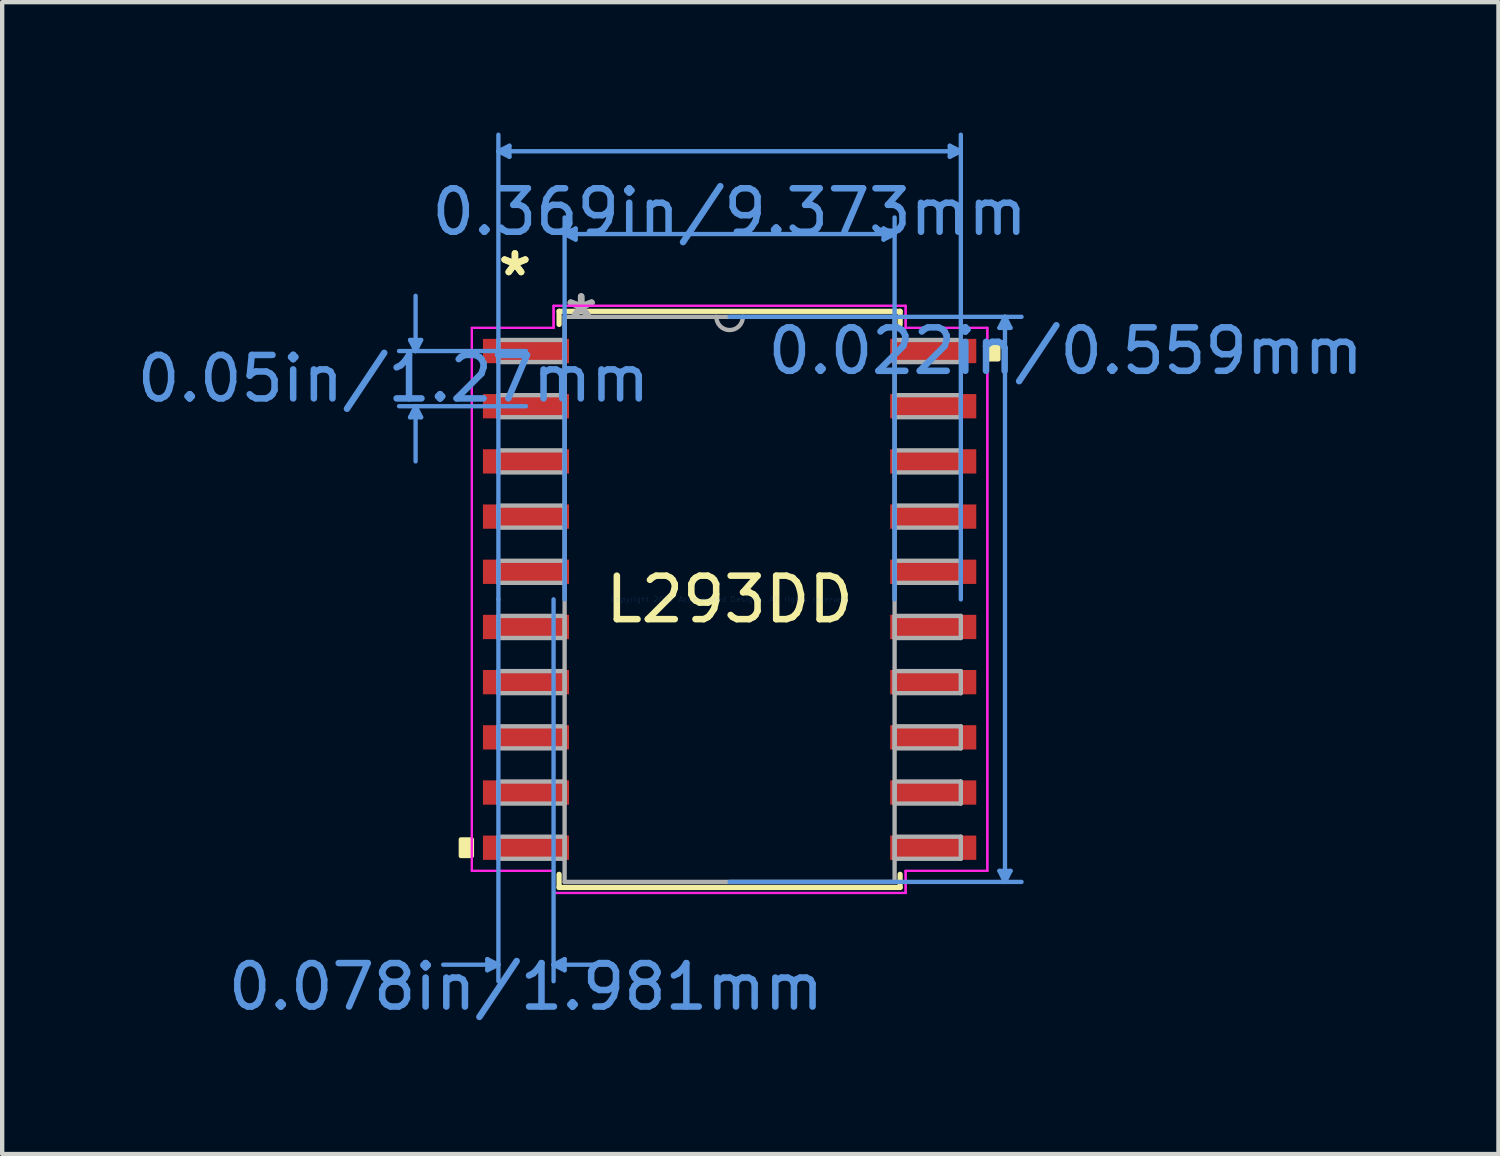
<source format=kicad_pcb>
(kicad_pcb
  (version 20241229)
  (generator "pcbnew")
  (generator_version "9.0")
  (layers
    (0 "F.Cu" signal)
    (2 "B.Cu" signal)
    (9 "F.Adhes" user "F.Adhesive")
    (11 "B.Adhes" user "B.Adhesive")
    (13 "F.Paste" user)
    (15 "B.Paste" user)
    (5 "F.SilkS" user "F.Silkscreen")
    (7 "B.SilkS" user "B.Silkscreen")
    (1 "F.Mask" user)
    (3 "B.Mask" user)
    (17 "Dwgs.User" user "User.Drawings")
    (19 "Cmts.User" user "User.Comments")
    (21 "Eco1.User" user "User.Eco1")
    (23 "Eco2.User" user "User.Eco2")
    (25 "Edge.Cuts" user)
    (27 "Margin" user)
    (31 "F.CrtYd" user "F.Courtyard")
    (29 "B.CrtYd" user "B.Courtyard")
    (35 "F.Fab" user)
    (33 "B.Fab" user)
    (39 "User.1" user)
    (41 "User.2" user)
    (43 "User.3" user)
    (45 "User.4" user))
  (footprint "L293DD"
    (layer "F.Cu")
    (at 13.74 10.743)
    (property "Reference" "L293DD" (at 0 0 0) (layer "F.SilkS") (effects (font (size 1 1) (thickness 0.15))))
    (attr through_hole)
    (fp_line (start -3.924 -6.629) (end -3.924 -6.327) (stroke (width 0.12) (type solid)) (layer "F.SilkS"))
    (fp_line (start -3.924 6.327) (end -3.924 6.629) (stroke (width 0.12) (type solid)) (layer "F.SilkS"))
    (fp_line (start -3.924 6.629) (end 3.924 6.629) (stroke (width 0.12) (type solid)) (layer "F.SilkS"))
    (fp_line (start 3.924 -6.629) (end -3.924 -6.629) (stroke (width 0.12) (type solid)) (layer "F.SilkS"))
    (fp_line (start 3.924 -6.327) (end 3.924 -6.629) (stroke (width 0.12) (type solid)) (layer "F.SilkS"))
    (fp_line (start 3.924 6.629) (end 3.924 6.327) (stroke (width 0.12) (type solid)) (layer "F.SilkS"))
    (fp_poly (pts (xy -6.185 5.524) (xy -6.185 5.905) (xy -5.931 5.905) (xy -5.931 5.524)) (stroke (width 0.1) (type solid)) (fill yes) (layer "F.SilkS"))
    (fp_poly (pts (xy 6.185 -5.905) (xy 6.185 -5.524) (xy 5.931 -5.524) (xy 5.931 -5.905)) (stroke (width 0.1) (type solid)) (fill yes) (layer "F.SilkS"))
    (fp_line (start -7.353 -5.969) (end -7.099 -5.969) (stroke (width 0.1) (type solid)) (layer "Cmts.User"))
    (fp_line (start -7.353 -4.191) (end -7.099 -4.191) (stroke (width 0.1) (type solid)) (layer "Cmts.User"))
    (fp_line (start -7.226 -5.715) (end -7.353 -5.969) (stroke (width 0.1) (type solid)) (layer "Cmts.User"))
    (fp_line (start -7.226 -5.715) (end -7.226 -6.985) (stroke (width 0.1) (type solid)) (layer "Cmts.User"))
    (fp_line (start -7.226 -5.715) (end -7.099 -5.969) (stroke (width 0.1) (type solid)) (layer "Cmts.User"))
    (fp_line (start -7.226 -4.445) (end -7.353 -4.191) (stroke (width 0.1) (type solid)) (layer "Cmts.User"))
    (fp_line (start -7.226 -4.445) (end -7.226 -3.175) (stroke (width 0.1) (type solid)) (layer "Cmts.User"))
    (fp_line (start -7.226 -4.445) (end -7.099 -4.191) (stroke (width 0.1) (type solid)) (layer "Cmts.User"))
    (fp_line (start -5.575 8.28) (end -5.575 8.534) (stroke (width 0.1) (type solid)) (layer "Cmts.User"))
    (fp_line (start -5.321 -10.312) (end -5.067 -10.439) (stroke (width 0.1) (type solid)) (layer "Cmts.User"))
    (fp_line (start -5.321 -10.312) (end -5.067 -10.185) (stroke (width 0.1) (type solid)) (layer "Cmts.User"))
    (fp_line (start -5.321 -10.312) (end 5.321 -10.312) (stroke (width 0.1) (type solid)) (layer "Cmts.User"))
    (fp_line (start -5.321 0) (end -5.321 -10.693) (stroke (width 0.1) (type solid)) (layer "Cmts.User"))
    (fp_line (start -5.321 0) (end -5.321 8.788) (stroke (width 0.1) (type solid)) (layer "Cmts.User"))
    (fp_line (start -5.321 8.407) (end -6.591 8.407) (stroke (width 0.1) (type solid)) (layer "Cmts.User"))
    (fp_line (start -5.321 8.407) (end -5.575 8.28) (stroke (width 0.1) (type solid)) (layer "Cmts.User"))
    (fp_line (start -5.321 8.407) (end -5.575 8.534) (stroke (width 0.1) (type solid)) (layer "Cmts.User"))
    (fp_line (start -5.067 -10.439) (end -5.067 -10.185) (stroke (width 0.1) (type solid)) (layer "Cmts.User"))
    (fp_line (start -4.686 -5.715) (end -7.607 -5.715) (stroke (width 0.1) (type solid)) (layer "Cmts.User"))
    (fp_line (start -4.686 -4.445) (end -7.607 -4.445) (stroke (width 0.1) (type solid)) (layer "Cmts.User"))
    (fp_line (start -4.051 0) (end -4.051 8.788) (stroke (width 0.1) (type solid)) (layer "Cmts.User"))
    (fp_line (start -4.051 8.407) (end -3.797 8.28) (stroke (width 0.1) (type solid)) (layer "Cmts.User"))
    (fp_line (start -4.051 8.407) (end -3.797 8.534) (stroke (width 0.1) (type solid)) (layer "Cmts.User"))
    (fp_line (start -4.051 8.407) (end -2.781 8.407) (stroke (width 0.1) (type solid)) (layer "Cmts.User"))
    (fp_line (start -3.797 -8.407) (end -3.543 -8.534) (stroke (width 0.1) (type solid)) (layer "Cmts.User"))
    (fp_line (start -3.797 -8.407) (end -3.543 -8.28) (stroke (width 0.1) (type solid)) (layer "Cmts.User"))
    (fp_line (start -3.797 -8.407) (end 3.797 -8.407) (stroke (width 0.1) (type solid)) (layer "Cmts.User"))
    (fp_line (start -3.797 0) (end -3.797 -8.788) (stroke (width 0.1) (type solid)) (layer "Cmts.User"))
    (fp_line (start -3.797 8.28) (end -3.797 8.534) (stroke (width 0.1) (type solid)) (layer "Cmts.User"))
    (fp_line (start -3.543 -8.534) (end -3.543 -8.28) (stroke (width 0.1) (type solid)) (layer "Cmts.User"))
    (fp_line (start 0 -6.502) (end 6.718 -6.502) (stroke (width 0.1) (type solid)) (layer "Cmts.User"))
    (fp_line (start 0 6.502) (end 6.718 6.502) (stroke (width 0.1) (type solid)) (layer "Cmts.User"))
    (fp_line (start 3.543 -8.534) (end 3.543 -8.28) (stroke (width 0.1) (type solid)) (layer "Cmts.User"))
    (fp_line (start 3.797 -8.407) (end 3.543 -8.534) (stroke (width 0.1) (type solid)) (layer "Cmts.User"))
    (fp_line (start 3.797 -8.407) (end 3.543 -8.28) (stroke (width 0.1) (type solid)) (layer "Cmts.User"))
    (fp_line (start 3.797 0) (end 3.797 -8.788) (stroke (width 0.1) (type solid)) (layer "Cmts.User"))
    (fp_line (start 5.067 -10.439) (end 5.067 -10.185) (stroke (width 0.1) (type solid)) (layer "Cmts.User"))
    (fp_line (start 5.321 -10.312) (end 5.067 -10.439) (stroke (width 0.1) (type solid)) (layer "Cmts.User"))
    (fp_line (start 5.321 -10.312) (end 5.067 -10.185) (stroke (width 0.1) (type solid)) (layer "Cmts.User"))
    (fp_line (start 5.321 0) (end 5.321 -10.693) (stroke (width 0.1) (type solid)) (layer "Cmts.User"))
    (fp_line (start 6.21 -6.248) (end 6.464 -6.248) (stroke (width 0.1) (type solid)) (layer "Cmts.User"))
    (fp_line (start 6.21 6.248) (end 6.464 6.248) (stroke (width 0.1) (type solid)) (layer "Cmts.User"))
    (fp_line (start 6.337 -6.502) (end 6.21 -6.248) (stroke (width 0.1) (type solid)) (layer "Cmts.User"))
    (fp_line (start 6.337 -6.502) (end 6.337 6.502) (stroke (width 0.1) (type solid)) (layer "Cmts.User"))
    (fp_line (start 6.337 -6.502) (end 6.464 -6.248) (stroke (width 0.1) (type solid)) (layer "Cmts.User"))
    (fp_line (start 6.337 6.502) (end 6.21 6.248) (stroke (width 0.1) (type solid)) (layer "Cmts.User"))
    (fp_line (start 6.337 6.502) (end 6.464 6.248) (stroke (width 0.1) (type solid)) (layer "Cmts.User"))
    (fp_line (start -5.931 -6.248) (end -4.051 -6.248) (stroke (width 0.05) (type solid)) (layer "F.CrtYd"))
    (fp_line (start -5.931 -6.248) (end -4.051 -6.248) (stroke (width 0.05) (type solid)) (layer "F.CrtYd"))
    (fp_line (start -5.931 6.248) (end -5.931 -6.248) (stroke (width 0.05) (type solid)) (layer "F.CrtYd"))
    (fp_line (start -5.931 6.248) (end -5.931 -6.248) (stroke (width 0.05) (type solid)) (layer "F.CrtYd"))
    (fp_line (start -5.931 6.248) (end -4.051 6.248) (stroke (width 0.05) (type solid)) (layer "F.CrtYd"))
    (fp_line (start -4.051 -6.756) (end 4.051 -6.756) (stroke (width 0.05) (type solid)) (layer "F.CrtYd"))
    (fp_line (start -4.051 -6.756) (end 4.051 -6.756) (stroke (width 0.05) (type solid)) (layer "F.CrtYd"))
    (fp_line (start -4.051 -6.248) (end -4.051 -6.756) (stroke (width 0.05) (type solid)) (layer "F.CrtYd"))
    (fp_line (start -4.051 -6.248) (end -4.051 -6.756) (stroke (width 0.05) (type solid)) (layer "F.CrtYd"))
    (fp_line (start -4.051 6.248) (end -5.931 6.248) (stroke (width 0.05) (type solid)) (layer "F.CrtYd"))
    (fp_line (start -4.051 6.756) (end -4.051 6.248) (stroke (width 0.05) (type solid)) (layer "F.CrtYd"))
    (fp_line (start -4.051 6.756) (end -4.051 6.248) (stroke (width 0.05) (type solid)) (layer "F.CrtYd"))
    (fp_line (start 4.051 -6.756) (end 4.051 -6.248) (stroke (width 0.05) (type solid)) (layer "F.CrtYd"))
    (fp_line (start 4.051 -6.756) (end 4.051 -6.248) (stroke (width 0.05) (type solid)) (layer "F.CrtYd"))
    (fp_line (start 4.051 -6.248) (end 5.931 -6.248) (stroke (width 0.05) (type solid)) (layer "F.CrtYd"))
    (fp_line (start 4.051 6.248) (end 4.051 6.756) (stroke (width 0.05) (type solid)) (layer "F.CrtYd"))
    (fp_line (start 4.051 6.248) (end 4.051 6.756) (stroke (width 0.05) (type solid)) (layer "F.CrtYd"))
    (fp_line (start 4.051 6.756) (end -4.051 6.756) (stroke (width 0.05) (type solid)) (layer "F.CrtYd"))
    (fp_line (start 4.051 6.756) (end -4.051 6.756) (stroke (width 0.05) (type solid)) (layer "F.CrtYd"))
    (fp_line (start 5.931 -6.248) (end 4.051 -6.248) (stroke (width 0.05) (type solid)) (layer "F.CrtYd"))
    (fp_line (start 5.931 -6.248) (end 5.931 6.248) (stroke (width 0.05) (type solid)) (layer "F.CrtYd"))
    (fp_line (start 5.931 -6.248) (end 5.931 6.248) (stroke (width 0.05) (type solid)) (layer "F.CrtYd"))
    (fp_line (start 5.931 6.248) (end 4.051 6.248) (stroke (width 0.05) (type solid)) (layer "F.CrtYd"))
    (fp_line (start 5.931 6.248) (end 4.051 6.248) (stroke (width 0.05) (type solid)) (layer "F.CrtYd"))
    (fp_line (start -5.321 -5.969) (end -5.321 -5.461) (stroke (width 0.1) (type solid)) (layer "F.Fab"))
    (fp_line (start -5.321 -5.461) (end -3.797 -5.461) (stroke (width 0.1) (type solid)) (layer "F.Fab"))
    (fp_line (start -5.321 -4.699) (end -5.321 -4.191) (stroke (width 0.1) (type solid)) (layer "F.Fab"))
    (fp_line (start -5.321 -4.191) (end -3.797 -4.191) (stroke (width 0.1) (type solid)) (layer "F.Fab"))
    (fp_line (start -5.321 -3.429) (end -5.321 -2.921) (stroke (width 0.1) (type solid)) (layer "F.Fab"))
    (fp_line (start -5.321 -2.921) (end -3.797 -2.921) (stroke (width 0.1) (type solid)) (layer "F.Fab"))
    (fp_line (start -5.321 -2.159) (end -5.321 -1.651) (stroke (width 0.1) (type solid)) (layer "F.Fab"))
    (fp_line (start -5.321 -1.651) (end -3.797 -1.651) (stroke (width 0.1) (type solid)) (layer "F.Fab"))
    (fp_line (start -5.321 -0.889) (end -5.321 -0.381) (stroke (width 0.1) (type solid)) (layer "F.Fab"))
    (fp_line (start -5.321 -0.381) (end -3.797 -0.381) (stroke (width 0.1) (type solid)) (layer "F.Fab"))
    (fp_line (start -5.321 0.381) (end -5.321 0.889) (stroke (width 0.1) (type solid)) (layer "F.Fab"))
    (fp_line (start -5.321 0.889) (end -3.797 0.889) (stroke (width 0.1) (type solid)) (layer "F.Fab"))
    (fp_line (start -5.321 1.651) (end -5.321 2.159) (stroke (width 0.1) (type solid)) (layer "F.Fab"))
    (fp_line (start -5.321 2.159) (end -3.797 2.159) (stroke (width 0.1) (type solid)) (layer "F.Fab"))
    (fp_line (start -5.321 2.921) (end -5.321 3.429) (stroke (width 0.1) (type solid)) (layer "F.Fab"))
    (fp_line (start -5.321 3.429) (end -3.797 3.429) (stroke (width 0.1) (type solid)) (layer "F.Fab"))
    (fp_line (start -5.321 4.191) (end -5.321 4.699) (stroke (width 0.1) (type solid)) (layer "F.Fab"))
    (fp_line (start -5.321 4.699) (end -3.797 4.699) (stroke (width 0.1) (type solid)) (layer "F.Fab"))
    (fp_line (start -5.321 5.461) (end -5.321 5.969) (stroke (width 0.1) (type solid)) (layer "F.Fab"))
    (fp_line (start -5.321 5.969) (end -3.797 5.969) (stroke (width 0.1) (type solid)) (layer "F.Fab"))
    (fp_line (start -3.797 -6.502) (end -3.797 6.502) (stroke (width 0.1) (type solid)) (layer "F.Fab"))
    (fp_line (start -3.797 -5.969) (end -5.321 -5.969) (stroke (width 0.1) (type solid)) (layer "F.Fab"))
    (fp_line (start -3.797 -5.461) (end -3.797 -5.969) (stroke (width 0.1) (type solid)) (layer "F.Fab"))
    (fp_line (start -3.797 -4.699) (end -5.321 -4.699) (stroke (width 0.1) (type solid)) (layer "F.Fab"))
    (fp_line (start -3.797 -4.191) (end -3.797 -4.699) (stroke (width 0.1) (type solid)) (layer "F.Fab"))
    (fp_line (start -3.797 -3.429) (end -5.321 -3.429) (stroke (width 0.1) (type solid)) (layer "F.Fab"))
    (fp_line (start -3.797 -2.921) (end -3.797 -3.429) (stroke (width 0.1) (type solid)) (layer "F.Fab"))
    (fp_line (start -3.797 -2.159) (end -5.321 -2.159) (stroke (width 0.1) (type solid)) (layer "F.Fab"))
    (fp_line (start -3.797 -1.651) (end -3.797 -2.159) (stroke (width 0.1) (type solid)) (layer "F.Fab"))
    (fp_line (start -3.797 -0.889) (end -5.321 -0.889) (stroke (width 0.1) (type solid)) (layer "F.Fab"))
    (fp_line (start -3.797 -0.381) (end -3.797 -0.889) (stroke (width 0.1) (type solid)) (layer "F.Fab"))
    (fp_line (start -3.797 0.381) (end -5.321 0.381) (stroke (width 0.1) (type solid)) (layer "F.Fab"))
    (fp_line (start -3.797 0.889) (end -3.797 0.381) (stroke (width 0.1) (type solid)) (layer "F.Fab"))
    (fp_line (start -3.797 1.651) (end -5.321 1.651) (stroke (width 0.1) (type solid)) (layer "F.Fab"))
    (fp_line (start -3.797 2.159) (end -3.797 1.651) (stroke (width 0.1) (type solid)) (layer "F.Fab"))
    (fp_line (start -3.797 2.921) (end -5.321 2.921) (stroke (width 0.1) (type solid)) (layer "F.Fab"))
    (fp_line (start -3.797 3.429) (end -3.797 2.921) (stroke (width 0.1) (type solid)) (layer "F.Fab"))
    (fp_line (start -3.797 4.191) (end -5.321 4.191) (stroke (width 0.1) (type solid)) (layer "F.Fab"))
    (fp_line (start -3.797 4.699) (end -3.797 4.191) (stroke (width 0.1) (type solid)) (layer "F.Fab"))
    (fp_line (start -3.797 5.461) (end -5.321 5.461) (stroke (width 0.1) (type solid)) (layer "F.Fab"))
    (fp_line (start -3.797 5.969) (end -3.797 5.461) (stroke (width 0.1) (type solid)) (layer "F.Fab"))
    (fp_line (start -3.797 6.502) (end 3.797 6.502) (stroke (width 0.1) (type solid)) (layer "F.Fab"))
    (fp_line (start 3.797 -6.502) (end -3.797 -6.502) (stroke (width 0.1) (type solid)) (layer "F.Fab"))
    (fp_line (start 3.797 -5.969) (end 3.797 -5.461) (stroke (width 0.1) (type solid)) (layer "F.Fab"))
    (fp_line (start 3.797 -5.461) (end 5.321 -5.461) (stroke (width 0.1) (type solid)) (layer "F.Fab"))
    (fp_line (start 3.797 -4.699) (end 3.797 -4.191) (stroke (width 0.1) (type solid)) (layer "F.Fab"))
    (fp_line (start 3.797 -4.191) (end 5.321 -4.191) (stroke (width 0.1) (type solid)) (layer "F.Fab"))
    (fp_line (start 3.797 -3.429) (end 3.797 -2.921) (stroke (width 0.1) (type solid)) (layer "F.Fab"))
    (fp_line (start 3.797 -2.921) (end 5.321 -2.921) (stroke (width 0.1) (type solid)) (layer "F.Fab"))
    (fp_line (start 3.797 -2.159) (end 3.797 -1.651) (stroke (width 0.1) (type solid)) (layer "F.Fab"))
    (fp_line (start 3.797 -1.651) (end 5.321 -1.651) (stroke (width 0.1) (type solid)) (layer "F.Fab"))
    (fp_line (start 3.797 -0.889) (end 3.797 -0.381) (stroke (width 0.1) (type solid)) (layer "F.Fab"))
    (fp_line (start 3.797 -0.381) (end 5.321 -0.381) (stroke (width 0.1) (type solid)) (layer "F.Fab"))
    (fp_line (start 3.797 0.381) (end 3.797 0.889) (stroke (width 0.1) (type solid)) (layer "F.Fab"))
    (fp_line (start 3.797 0.889) (end 5.321 0.889) (stroke (width 0.1) (type solid)) (layer "F.Fab"))
    (fp_line (start 3.797 1.651) (end 3.797 2.159) (stroke (width 0.1) (type solid)) (layer "F.Fab"))
    (fp_line (start 3.797 2.159) (end 5.321 2.159) (stroke (width 0.1) (type solid)) (layer "F.Fab"))
    (fp_line (start 3.797 2.921) (end 3.797 3.429) (stroke (width 0.1) (type solid)) (layer "F.Fab"))
    (fp_line (start 3.797 3.429) (end 5.321 3.429) (stroke (width 0.1) (type solid)) (layer "F.Fab"))
    (fp_line (start 3.797 4.191) (end 3.797 4.699) (stroke (width 0.1) (type solid)) (layer "F.Fab"))
    (fp_line (start 3.797 4.699) (end 5.321 4.699) (stroke (width 0.1) (type solid)) (layer "F.Fab"))
    (fp_line (start 3.797 5.461) (end 3.797 5.969) (stroke (width 0.1) (type solid)) (layer "F.Fab"))
    (fp_line (start 3.797 5.969) (end 5.321 5.969) (stroke (width 0.1) (type solid)) (layer "F.Fab"))
    (fp_line (start 3.797 6.502) (end 3.797 -6.502) (stroke (width 0.1) (type solid)) (layer "F.Fab"))
    (fp_line (start 5.321 -5.969) (end 3.797 -5.969) (stroke (width 0.1) (type solid)) (layer "F.Fab"))
    (fp_line (start 5.321 -5.461) (end 5.321 -5.969) (stroke (width 0.1) (type solid)) (layer "F.Fab"))
    (fp_line (start 5.321 -4.699) (end 3.797 -4.699) (stroke (width 0.1) (type solid)) (layer "F.Fab"))
    (fp_line (start 5.321 -4.191) (end 5.321 -4.699) (stroke (width 0.1) (type solid)) (layer "F.Fab"))
    (fp_line (start 5.321 -3.429) (end 3.797 -3.429) (stroke (width 0.1) (type solid)) (layer "F.Fab"))
    (fp_line (start 5.321 -2.921) (end 5.321 -3.429) (stroke (width 0.1) (type solid)) (layer "F.Fab"))
    (fp_line (start 5.321 -2.159) (end 3.797 -2.159) (stroke (width 0.1) (type solid)) (layer "F.Fab"))
    (fp_line (start 5.321 -1.651) (end 5.321 -2.159) (stroke (width 0.1) (type solid)) (layer "F.Fab"))
    (fp_line (start 5.321 -0.889) (end 3.797 -0.889) (stroke (width 0.1) (type solid)) (layer "F.Fab"))
    (fp_line (start 5.321 -0.381) (end 5.321 -0.889) (stroke (width 0.1) (type solid)) (layer "F.Fab"))
    (fp_line (start 5.321 0.381) (end 3.797 0.381) (stroke (width 0.1) (type solid)) (layer "F.Fab"))
    (fp_line (start 5.321 0.889) (end 5.321 0.381) (stroke (width 0.1) (type solid)) (layer "F.Fab"))
    (fp_line (start 5.321 1.651) (end 3.797 1.651) (stroke (width 0.1) (type solid)) (layer "F.Fab"))
    (fp_line (start 5.321 2.159) (end 5.321 1.651) (stroke (width 0.1) (type solid)) (layer "F.Fab"))
    (fp_line (start 5.321 2.921) (end 3.797 2.921) (stroke (width 0.1) (type solid)) (layer "F.Fab"))
    (fp_line (start 5.321 3.429) (end 5.321 2.921) (stroke (width 0.1) (type solid)) (layer "F.Fab"))
    (fp_line (start 5.321 4.191) (end 3.797 4.191) (stroke (width 0.1) (type solid)) (layer "F.Fab"))
    (fp_line (start 5.321 4.699) (end 5.321 4.191) (stroke (width 0.1) (type solid)) (layer "F.Fab"))
    (fp_line (start 5.321 5.461) (end 3.797 5.461) (stroke (width 0.1) (type solid)) (layer "F.Fab"))
    (fp_line (start 5.321 5.969) (end 5.321 5.461) (stroke (width 0.1) (type solid)) (layer "F.Fab"))
    (fp_arc (start 0.3048 -6.5024) (mid 0 -6.1976) (end -0.3048 -6.5024) (stroke (width 0.1) (type solid)) (layer "F.Fab"))
    (fp_text user "*" (at -4.94 -7.417 0) (layer "F.SilkS") (effects (font (size 1 1) (thickness 0.15))))
    (fp_text user "*" (at -4.94 -7.417 0) (layer "F.SilkS") (effects (font (size 1 1) (thickness 0.15))))
    (fp_text user "Copyright 2021 Accelerated Designs. All rights reserved." (at 0 0 0) (layer "Cmts.User") (effects (font (size 0.127 0.127) (thickness 0.002))))
    (fp_text user "0.022in/0.559mm" (at 7.734 -5.715 0) (layer "Cmts.User") (effects (font (size 1 1) (thickness 0.15))))
    (fp_text user "0.078in/1.981mm" (at -4.686 8.915 0) (layer "Cmts.User") (effects (font (size 1 1) (thickness 0.15))))
    (fp_text user "0.05in/1.27mm" (at -7.734 -5.08 0) (layer "Cmts.User") (effects (font (size 1 1) (thickness 0.15))))
    (fp_text user "0.369in/9.373mm" (at 0 -8.915 0) (layer "Cmts.User") (effects (font (size 1 1) (thickness 0.15))))
    (fp_text user "*" (at -3.416 -6.426 0) (layer "F.Fab") (effects (font (size 1 1) (thickness 0.15))))
    (fp_text user "*" (at -3.416 -6.426 0) (layer "F.Fab") (effects (font (size 1 1) (thickness 0.15))))
    (pad "1" smd rect (at -4.686 -5.715) (size 1.981 0.559) (layers "F.Cu" "F.Mask" "F.Paste"))
    (pad "2" smd rect (at -4.686 -4.445) (size 1.981 0.559) (layers "F.Cu" "F.Mask" "F.Paste"))
    (pad "3" smd rect (at -4.686 -3.175) (size 1.981 0.559) (layers "F.Cu" "F.Mask" "F.Paste"))
    (pad "4" smd rect (at -4.686 -1.905) (size 1.981 0.559) (layers "F.Cu" "F.Mask" "F.Paste"))
    (pad "5" smd rect (at -4.686 -0.635) (size 1.981 0.559) (layers "F.Cu" "F.Mask" "F.Paste"))
    (pad "6" smd rect (at -4.686 0.635) (size 1.981 0.559) (layers "F.Cu" "F.Mask" "F.Paste"))
    (pad "7" smd rect (at -4.686 1.905) (size 1.981 0.559) (layers "F.Cu" "F.Mask" "F.Paste"))
    (pad "8" smd rect (at -4.686 3.175) (size 1.981 0.559) (layers "F.Cu" "F.Mask" "F.Paste"))
    (pad "9" smd rect (at -4.686 4.445) (size 1.981 0.559) (layers "F.Cu" "F.Mask" "F.Paste"))
    (pad "10" smd rect (at -4.686 5.715) (size 1.981 0.559) (layers "F.Cu" "F.Mask" "F.Paste"))
    (pad "11" smd rect (at 4.686 5.715) (size 1.981 0.559) (layers "F.Cu" "F.Mask" "F.Paste"))
    (pad "12" smd rect (at 4.686 4.445) (size 1.981 0.559) (layers "F.Cu" "F.Mask" "F.Paste"))
    (pad "13" smd rect (at 4.686 3.175) (size 1.981 0.559) (layers "F.Cu" "F.Mask" "F.Paste"))
    (pad "14" smd rect (at 4.686 1.905) (size 1.981 0.559) (layers "F.Cu" "F.Mask" "F.Paste"))
    (pad "15" smd rect (at 4.686 0.635) (size 1.981 0.559) (layers "F.Cu" "F.Mask" "F.Paste"))
    (pad "16" smd rect (at 4.686 -0.635) (size 1.981 0.559) (layers "F.Cu" "F.Mask" "F.Paste"))
    (pad "17" smd rect (at 4.686 -1.905) (size 1.981 0.559) (layers "F.Cu" "F.Mask" "F.Paste"))
    (pad "18" smd rect (at 4.686 -3.175) (size 1.981 0.559) (layers "F.Cu" "F.Mask" "F.Paste"))
    (pad "19" smd rect (at 4.686 -4.445) (size 1.981 0.559) (layers "F.Cu" "F.Mask" "F.Paste"))
    (pad "20" smd rect (at 4.686 -5.715) (size 1.981 0.559) (layers "F.Cu" "F.Mask" "F.Paste")))
  (gr_rect
    (start -3 -3)
    (end 31.433 23.507)
    (stroke (width 0.1) (type default))
    (fill no)
    (layer "Edge.Cuts")))
</source>
